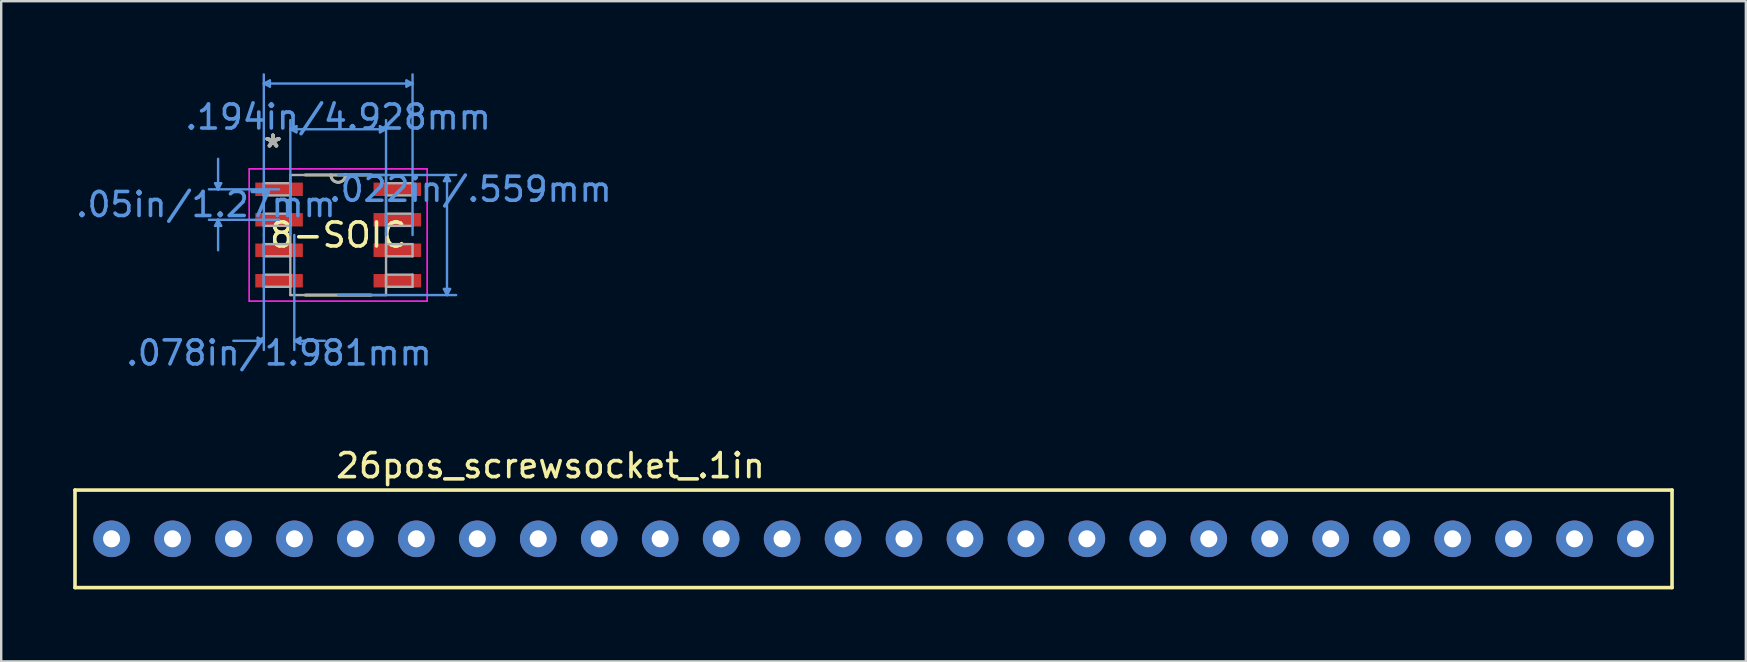
<source format=kicad_pcb>
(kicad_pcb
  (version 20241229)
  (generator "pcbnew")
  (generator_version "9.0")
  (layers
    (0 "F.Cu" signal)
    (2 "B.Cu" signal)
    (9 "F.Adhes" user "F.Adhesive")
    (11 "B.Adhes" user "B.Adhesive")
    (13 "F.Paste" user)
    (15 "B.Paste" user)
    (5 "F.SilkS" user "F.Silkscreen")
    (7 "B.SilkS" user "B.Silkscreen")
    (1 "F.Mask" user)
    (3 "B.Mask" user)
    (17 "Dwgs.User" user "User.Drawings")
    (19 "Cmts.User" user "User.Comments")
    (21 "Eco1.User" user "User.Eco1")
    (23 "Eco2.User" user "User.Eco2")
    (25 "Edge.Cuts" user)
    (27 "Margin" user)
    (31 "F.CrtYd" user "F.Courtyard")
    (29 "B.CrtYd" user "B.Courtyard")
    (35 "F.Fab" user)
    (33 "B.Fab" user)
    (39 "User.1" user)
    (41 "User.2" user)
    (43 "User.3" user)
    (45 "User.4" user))
  (footprint "8-SOIC"
    (layer "F.Cu")
    (at 11.042 6.743)
    (property "Reference" "8-SOIC" (at 0 0 0) (layer "F.SilkS") (effects (font (size 1 1) (thickness 0.15))))
    (attr through_hole)
    (fp_line (start -1.374 2.502) (end 1.374 2.502) (stroke (width 0.12) (type solid)) (layer "F.SilkS"))
    (fp_line (start 1.374 -2.502) (end -1.374 -2.502) (stroke (width 0.12) (type solid)) (layer "F.SilkS"))
    (fp_arc (start 0.3048 -2.5019) (mid 0 -2.1971) (end -0.3048 -2.5019) (stroke (width 0.12) (type solid)) (layer "F.SilkS"))
    (fp_line (start -5.131 -2.159) (end -4.877 -2.159) (stroke (width 0.1) (type solid)) (layer "Cmts.User"))
    (fp_line (start -5.131 -0.381) (end -4.877 -0.381) (stroke (width 0.1) (type solid)) (layer "Cmts.User"))
    (fp_line (start -5.004 -1.905) (end -5.131 -2.159) (stroke (width 0.1) (type solid)) (layer "Cmts.User"))
    (fp_line (start -5.004 -1.905) (end -5.004 -3.175) (stroke (width 0.1) (type solid)) (layer "Cmts.User"))
    (fp_line (start -5.004 -1.905) (end -4.877 -2.159) (stroke (width 0.1) (type solid)) (layer "Cmts.User"))
    (fp_line (start -5.004 -0.635) (end -5.131 -0.381) (stroke (width 0.1) (type solid)) (layer "Cmts.User"))
    (fp_line (start -5.004 -0.635) (end -5.004 0.635) (stroke (width 0.1) (type solid)) (layer "Cmts.User"))
    (fp_line (start -5.004 -0.635) (end -4.877 -0.381) (stroke (width 0.1) (type solid)) (layer "Cmts.User"))
    (fp_line (start -3.353 4.28) (end -3.353 4.534) (stroke (width 0.1) (type solid)) (layer "Cmts.User"))
    (fp_line (start -3.099 -6.312) (end -2.845 -6.439) (stroke (width 0.1) (type solid)) (layer "Cmts.User"))
    (fp_line (start -3.099 -6.312) (end -2.845 -6.185) (stroke (width 0.1) (type solid)) (layer "Cmts.User"))
    (fp_line (start -3.099 -6.312) (end 3.099 -6.312) (stroke (width 0.1) (type solid)) (layer "Cmts.User"))
    (fp_line (start -3.099 0) (end -3.099 -6.693) (stroke (width 0.1) (type solid)) (layer "Cmts.User"))
    (fp_line (start -3.099 0) (end -3.099 4.788) (stroke (width 0.1) (type solid)) (layer "Cmts.User"))
    (fp_line (start -3.099 4.407) (end -4.369 4.407) (stroke (width 0.1) (type solid)) (layer "Cmts.User"))
    (fp_line (start -3.099 4.407) (end -3.353 4.28) (stroke (width 0.1) (type solid)) (layer "Cmts.User"))
    (fp_line (start -3.099 4.407) (end -3.353 4.534) (stroke (width 0.1) (type solid)) (layer "Cmts.User"))
    (fp_line (start -2.845 -6.439) (end -2.845 -6.185) (stroke (width 0.1) (type solid)) (layer "Cmts.User"))
    (fp_line (start -2.464 -1.905) (end -5.385 -1.905) (stroke (width 0.1) (type solid)) (layer "Cmts.User"))
    (fp_line (start -2.464 -0.635) (end -5.385 -0.635) (stroke (width 0.1) (type solid)) (layer "Cmts.User"))
    (fp_line (start -1.994 -4.407) (end -1.74 -4.534) (stroke (width 0.1) (type solid)) (layer "Cmts.User"))
    (fp_line (start -1.994 -4.407) (end -1.74 -4.28) (stroke (width 0.1) (type solid)) (layer "Cmts.User"))
    (fp_line (start -1.994 -4.407) (end 1.994 -4.407) (stroke (width 0.1) (type solid)) (layer "Cmts.User"))
    (fp_line (start -1.994 0) (end -1.994 -4.788) (stroke (width 0.1) (type solid)) (layer "Cmts.User"))
    (fp_line (start -1.829 0) (end -1.829 4.788) (stroke (width 0.1) (type solid)) (layer "Cmts.User"))
    (fp_line (start -1.829 4.407) (end -1.575 4.28) (stroke (width 0.1) (type solid)) (layer "Cmts.User"))
    (fp_line (start -1.829 4.407) (end -1.575 4.534) (stroke (width 0.1) (type solid)) (layer "Cmts.User"))
    (fp_line (start -1.829 4.407) (end -0.559 4.407) (stroke (width 0.1) (type solid)) (layer "Cmts.User"))
    (fp_line (start -1.74 -4.534) (end -1.74 -4.28) (stroke (width 0.1) (type solid)) (layer "Cmts.User"))
    (fp_line (start -1.575 4.28) (end -1.575 4.534) (stroke (width 0.1) (type solid)) (layer "Cmts.User"))
    (fp_line (start 0 -2.502) (end 4.915 -2.502) (stroke (width 0.1) (type solid)) (layer "Cmts.User"))
    (fp_line (start 0 2.502) (end 4.915 2.502) (stroke (width 0.1) (type solid)) (layer "Cmts.User"))
    (fp_line (start 1.74 -4.534) (end 1.74 -4.28) (stroke (width 0.1) (type solid)) (layer "Cmts.User"))
    (fp_line (start 1.994 -4.407) (end 1.74 -4.534) (stroke (width 0.1) (type solid)) (layer "Cmts.User"))
    (fp_line (start 1.994 -4.407) (end 1.74 -4.28) (stroke (width 0.1) (type solid)) (layer "Cmts.User"))
    (fp_line (start 1.994 0) (end 1.994 -4.788) (stroke (width 0.1) (type solid)) (layer "Cmts.User"))
    (fp_line (start 2.845 -6.439) (end 2.845 -6.185) (stroke (width 0.1) (type solid)) (layer "Cmts.User"))
    (fp_line (start 3.099 -6.312) (end 2.845 -6.439) (stroke (width 0.1) (type solid)) (layer "Cmts.User"))
    (fp_line (start 3.099 -6.312) (end 2.845 -6.185) (stroke (width 0.1) (type solid)) (layer "Cmts.User"))
    (fp_line (start 3.099 0) (end 3.099 -6.693) (stroke (width 0.1) (type solid)) (layer "Cmts.User"))
    (fp_line (start 4.407 -2.248) (end 4.661 -2.248) (stroke (width 0.1) (type solid)) (layer "Cmts.User"))
    (fp_line (start 4.407 2.248) (end 4.661 2.248) (stroke (width 0.1) (type solid)) (layer "Cmts.User"))
    (fp_line (start 4.534 -2.502) (end 4.407 -2.248) (stroke (width 0.1) (type solid)) (layer "Cmts.User"))
    (fp_line (start 4.534 -2.502) (end 4.534 2.502) (stroke (width 0.1) (type solid)) (layer "Cmts.User"))
    (fp_line (start 4.534 -2.502) (end 4.661 -2.248) (stroke (width 0.1) (type solid)) (layer "Cmts.User"))
    (fp_line (start 4.534 2.502) (end 4.407 2.248) (stroke (width 0.1) (type solid)) (layer "Cmts.User"))
    (fp_line (start 4.534 2.502) (end 4.661 2.248) (stroke (width 0.1) (type solid)) (layer "Cmts.User"))
    (fp_line (start -3.708 -2.756) (end 3.708 -2.756) (stroke (width 0.05) (type solid)) (layer "F.CrtYd"))
    (fp_line (start -3.708 -2.756) (end 3.708 -2.756) (stroke (width 0.05) (type solid)) (layer "F.CrtYd"))
    (fp_line (start -3.708 2.756) (end -3.708 -2.756) (stroke (width 0.05) (type solid)) (layer "F.CrtYd"))
    (fp_line (start -3.708 2.756) (end -3.708 -2.756) (stroke (width 0.05) (type solid)) (layer "F.CrtYd"))
    (fp_line (start 3.708 -2.756) (end 3.708 2.756) (stroke (width 0.05) (type solid)) (layer "F.CrtYd"))
    (fp_line (start 3.708 -2.756) (end 3.708 2.756) (stroke (width 0.05) (type solid)) (layer "F.CrtYd"))
    (fp_line (start 3.708 2.756) (end -3.708 2.756) (stroke (width 0.05) (type solid)) (layer "F.CrtYd"))
    (fp_line (start 3.708 2.756) (end -3.708 2.756) (stroke (width 0.05) (type solid)) (layer "F.CrtYd"))
    (fp_line (start -3.099 -2.159) (end -3.099 -1.651) (stroke (width 0.1) (type solid)) (layer "F.Fab"))
    (fp_line (start -3.099 -1.651) (end -1.994 -1.651) (stroke (width 0.1) (type solid)) (layer "F.Fab"))
    (fp_line (start -3.099 -0.889) (end -3.099 -0.381) (stroke (width 0.1) (type solid)) (layer "F.Fab"))
    (fp_line (start -3.099 -0.381) (end -1.994 -0.381) (stroke (width 0.1) (type solid)) (layer "F.Fab"))
    (fp_line (start -3.099 0.381) (end -3.099 0.889) (stroke (width 0.1) (type solid)) (layer "F.Fab"))
    (fp_line (start -3.099 0.889) (end -1.994 0.889) (stroke (width 0.1) (type solid)) (layer "F.Fab"))
    (fp_line (start -3.099 1.651) (end -3.099 2.159) (stroke (width 0.1) (type solid)) (layer "F.Fab"))
    (fp_line (start -3.099 2.159) (end -1.994 2.159) (stroke (width 0.1) (type solid)) (layer "F.Fab"))
    (fp_line (start -1.994 -2.502) (end -1.994 2.502) (stroke (width 0.1) (type solid)) (layer "F.Fab"))
    (fp_line (start -1.994 -2.159) (end -3.099 -2.159) (stroke (width 0.1) (type solid)) (layer "F.Fab"))
    (fp_line (start -1.994 -1.651) (end -1.994 -2.159) (stroke (width 0.1) (type solid)) (layer "F.Fab"))
    (fp_line (start -1.994 -0.889) (end -3.099 -0.889) (stroke (width 0.1) (type solid)) (layer "F.Fab"))
    (fp_line (start -1.994 -0.381) (end -1.994 -0.889) (stroke (width 0.1) (type solid)) (layer "F.Fab"))
    (fp_line (start -1.994 0.381) (end -3.099 0.381) (stroke (width 0.1) (type solid)) (layer "F.Fab"))
    (fp_line (start -1.994 0.889) (end -1.994 0.381) (stroke (width 0.1) (type solid)) (layer "F.Fab"))
    (fp_line (start -1.994 1.651) (end -3.099 1.651) (stroke (width 0.1) (type solid)) (layer "F.Fab"))
    (fp_line (start -1.994 2.159) (end -1.994 1.651) (stroke (width 0.1) (type solid)) (layer "F.Fab"))
    (fp_line (start -1.994 2.502) (end 1.994 2.502) (stroke (width 0.1) (type solid)) (layer "F.Fab"))
    (fp_line (start 1.994 -2.502) (end -1.994 -2.502) (stroke (width 0.1) (type solid)) (layer "F.Fab"))
    (fp_line (start 1.994 -2.159) (end 1.994 -1.651) (stroke (width 0.1) (type solid)) (layer "F.Fab"))
    (fp_line (start 1.994 -1.651) (end 3.099 -1.651) (stroke (width 0.1) (type solid)) (layer "F.Fab"))
    (fp_line (start 1.994 -0.889) (end 1.994 -0.381) (stroke (width 0.1) (type solid)) (layer "F.Fab"))
    (fp_line (start 1.994 -0.381) (end 3.099 -0.381) (stroke (width 0.1) (type solid)) (layer "F.Fab"))
    (fp_line (start 1.994 0.381) (end 1.994 0.889) (stroke (width 0.1) (type solid)) (layer "F.Fab"))
    (fp_line (start 1.994 0.889) (end 3.099 0.889) (stroke (width 0.1) (type solid)) (layer "F.Fab"))
    (fp_line (start 1.994 1.651) (end 1.994 2.159) (stroke (width 0.1) (type solid)) (layer "F.Fab"))
    (fp_line (start 1.994 2.159) (end 3.099 2.159) (stroke (width 0.1) (type solid)) (layer "F.Fab"))
    (fp_line (start 1.994 2.502) (end 1.994 -2.502) (stroke (width 0.1) (type solid)) (layer "F.Fab"))
    (fp_line (start 3.099 -2.159) (end 1.994 -2.159) (stroke (width 0.1) (type solid)) (layer "F.Fab"))
    (fp_line (start 3.099 -1.651) (end 3.099 -2.159) (stroke (width 0.1) (type solid)) (layer "F.Fab"))
    (fp_line (start 3.099 -0.889) (end 1.994 -0.889) (stroke (width 0.1) (type solid)) (layer "F.Fab"))
    (fp_line (start 3.099 -0.381) (end 3.099 -0.889) (stroke (width 0.1) (type solid)) (layer "F.Fab"))
    (fp_line (start 3.099 0.381) (end 1.994 0.381) (stroke (width 0.1) (type solid)) (layer "F.Fab"))
    (fp_line (start 3.099 0.889) (end 3.099 0.381) (stroke (width 0.1) (type solid)) (layer "F.Fab"))
    (fp_line (start 3.099 1.651) (end 1.994 1.651) (stroke (width 0.1) (type solid)) (layer "F.Fab"))
    (fp_line (start 3.099 2.159) (end 3.099 1.651) (stroke (width 0.1) (type solid)) (layer "F.Fab"))
    (fp_arc (start 0.3048 -2.5019) (mid 0 -2.1971) (end -0.3048 -2.5019) (stroke (width 0.1) (type solid)) (layer "F.Fab"))
    (fp_text user "*" (at -2.718 -3.607 0) (layer "F.SilkS") (effects (font (size 1 1) (thickness 0.15))))
    (fp_text user "*" (at -2.718 -3.607 0) (layer "F.SilkS") (effects (font (size 1 1) (thickness 0.15))))
    (fp_text user ".05in/1.27mm" (at -5.512 -1.27 0) (layer "Cmts.User") (effects (font (size 1 1) (thickness 0.15))))
    (fp_text user ".194in/4.928mm" (at 0 -4.915 0) (layer "Cmts.User") (effects (font (size 1 1) (thickness 0.15))))
    (fp_text user ".022in/.559mm" (at 5.512 -1.905 0) (layer "Cmts.User") (effects (font (size 1 1) (thickness 0.15))))
    (fp_text user "Copyright 2021 Accelerated Designs. All rights reserved." (at 0 0 0) (layer "Cmts.User") (effects (font (size 0.127 0.127) (thickness 0.002))))
    (fp_text user ".078in/1.981mm" (at -2.464 4.915 0) (layer "Cmts.User") (effects (font (size 1 1) (thickness 0.15))))
    (fp_text user "*" (at -2.718 -3.607 0) (layer "F.Fab") (effects (font (size 1 1) (thickness 0.15))))
    (fp_text user "*" (at -2.718 -3.607 0) (layer "F.Fab") (effects (font (size 1 1) (thickness 0.15))))
    (pad "1" smd rect (at -2.464 -1.905) (size 1.981 0.559) (layers "F.Cu" "F.Mask" "F.Paste"))
    (pad "2" smd rect (at -2.464 -0.635) (size 1.981 0.559) (layers "F.Cu" "F.Mask" "F.Paste"))
    (pad "3" smd rect (at -2.464 0.635) (size 1.981 0.559) (layers "F.Cu" "F.Mask" "F.Paste"))
    (pad "4" smd rect (at -2.464 1.905) (size 1.981 0.559) (layers "F.Cu" "F.Mask" "F.Paste"))
    (pad "5" smd rect (at 2.464 1.905) (size 1.981 0.559) (layers "F.Cu" "F.Mask" "F.Paste"))
    (pad "6" smd rect (at 2.464 0.635) (size 1.981 0.559) (layers "F.Cu" "F.Mask" "F.Paste"))
    (pad "7" smd rect (at 2.464 -0.635) (size 1.981 0.559) (layers "F.Cu" "F.Mask" "F.Paste"))
    (pad "8" smd rect (at 2.464 -1.905) (size 1.981 0.559) (layers "F.Cu" "F.Mask" "F.Paste")))
  (footprint "26pos_screwsocket_.1in"
    (layer "F.Cu")
    (at 1.599 19.402)
    (property "Reference" "26pos_screwsocket_.1in" (at 18.288 -3.048 180) (layer "F.SilkS") (effects (font (size 1 1) (thickness 0.15))))
    (attr through_hole)
    (fp_line (start -1.524 -2.032) (end -1.524 2.032) (stroke (width 0.15) (type solid)) (layer "F.SilkS"))
    (fp_line (start -1.524 2.032) (end 65.024 2.032) (stroke (width 0.15) (type solid)) (layer "F.SilkS"))
    (fp_line (start 65.024 -2.032) (end -1.524 -2.032) (stroke (width 0.15) (type solid)) (layer "F.SilkS"))
    (fp_line (start 65.024 -2.032) (end 65.024 2.032) (stroke (width 0.15) (type solid)) (layer "F.SilkS"))
    (pad "1" thru_hole circle (at 0 0) (size 1.524 1.524) (drill 0.71) (layers "*.Cu" "*.Mask"))
    (pad "2" thru_hole circle (at 2.54 0) (size 1.524 1.524) (drill 0.71) (layers "*.Cu" "*.Mask"))
    (pad "3" thru_hole circle (at 5.08 0) (size 1.524 1.524) (drill 0.71) (layers "*.Cu" "*.Mask"))
    (pad "4" thru_hole circle (at 7.62 0) (size 1.524 1.524) (drill 0.71) (layers "*.Cu" "*.Mask"))
    (pad "5" thru_hole circle (at 10.16 0) (size 1.524 1.524) (drill 0.71) (layers "*.Cu" "*.Mask"))
    (pad "6" thru_hole circle (at 12.7 0) (size 1.524 1.524) (drill 0.71) (layers "*.Cu" "*.Mask"))
    (pad "7" thru_hole circle (at 15.24 0) (size 1.524 1.524) (drill 0.71) (layers "*.Cu" "*.Mask"))
    (pad "8" thru_hole circle (at 17.78 0 90) (size 1.524 1.524) (drill 0.71) (layers "*.Cu" "*.Mask"))
    (pad "9" thru_hole circle (at 20.32 0) (size 1.524 1.524) (drill 0.71) (layers "*.Cu" "*.Mask"))
    (pad "10" thru_hole circle (at 22.86 0) (size 1.524 1.524) (drill 0.71) (layers "*.Cu" "*.Mask"))
    (pad "11" thru_hole circle (at 25.4 0) (size 1.524 1.524) (drill 0.71) (layers "*.Cu" "*.Mask"))
    (pad "12" thru_hole circle (at 27.94 0) (size 1.524 1.524) (drill 0.71) (layers "*.Cu" "*.Mask"))
    (pad "13" thru_hole circle (at 30.48 0) (size 1.524 1.524) (drill 0.71) (layers "*.Cu" "*.Mask"))
    (pad "14" thru_hole circle (at 33.02 0) (size 1.524 1.524) (drill 0.71) (layers "*.Cu" "*.Mask"))
    (pad "15" thru_hole circle (at 35.56 0) (size 1.524 1.524) (drill 0.71) (layers "*.Cu" "*.Mask"))
    (pad "16" thru_hole circle (at 38.1 0) (size 1.524 1.524) (drill 0.71) (layers "*.Cu" "*.Mask"))
    (pad "17" thru_hole circle (at 40.64 0) (size 1.524 1.524) (drill 0.71) (layers "*.Cu" "*.Mask"))
    (pad "18" thru_hole circle (at 43.18 0 90) (size 1.524 1.524) (drill 0.71) (layers "*.Cu" "*.Mask"))
    (pad "19" thru_hole circle (at 45.72 0) (size 1.524 1.524) (drill 0.71) (layers "*.Cu" "*.Mask"))
    (pad "20" thru_hole circle (at 48.26 0) (size 1.524 1.524) (drill 0.71) (layers "*.Cu" "*.Mask"))
    (pad "21" thru_hole circle (at 50.8 0) (size 1.524 1.524) (drill 0.71) (layers "*.Cu" "*.Mask"))
    (pad "22" thru_hole circle (at 53.34 0) (size 1.524 1.524) (drill 0.71) (layers "*.Cu" "*.Mask"))
    (pad "23" thru_hole circle (at 55.88 0) (size 1.524 1.524) (drill 0.71) (layers "*.Cu" "*.Mask"))
    (pad "24" thru_hole circle (at 58.42 0 90) (size 1.524 1.524) (drill 0.71) (layers "*.Cu" "*.Mask"))
    (pad "25" thru_hole circle (at 60.96 0) (size 1.524 1.524) (drill 0.71) (layers "*.Cu" "*.Mask"))
    (pad "26" thru_hole circle (at 63.5 0) (size 1.524 1.524) (drill 0.71) (layers "*.Cu" "*.Mask")))
  (gr_rect
    (start -3 -3)
    (end 69.698 24.509)
    (stroke (width 0.1) (type default))
    (fill no)
    (layer "Edge.Cuts")))
</source>
